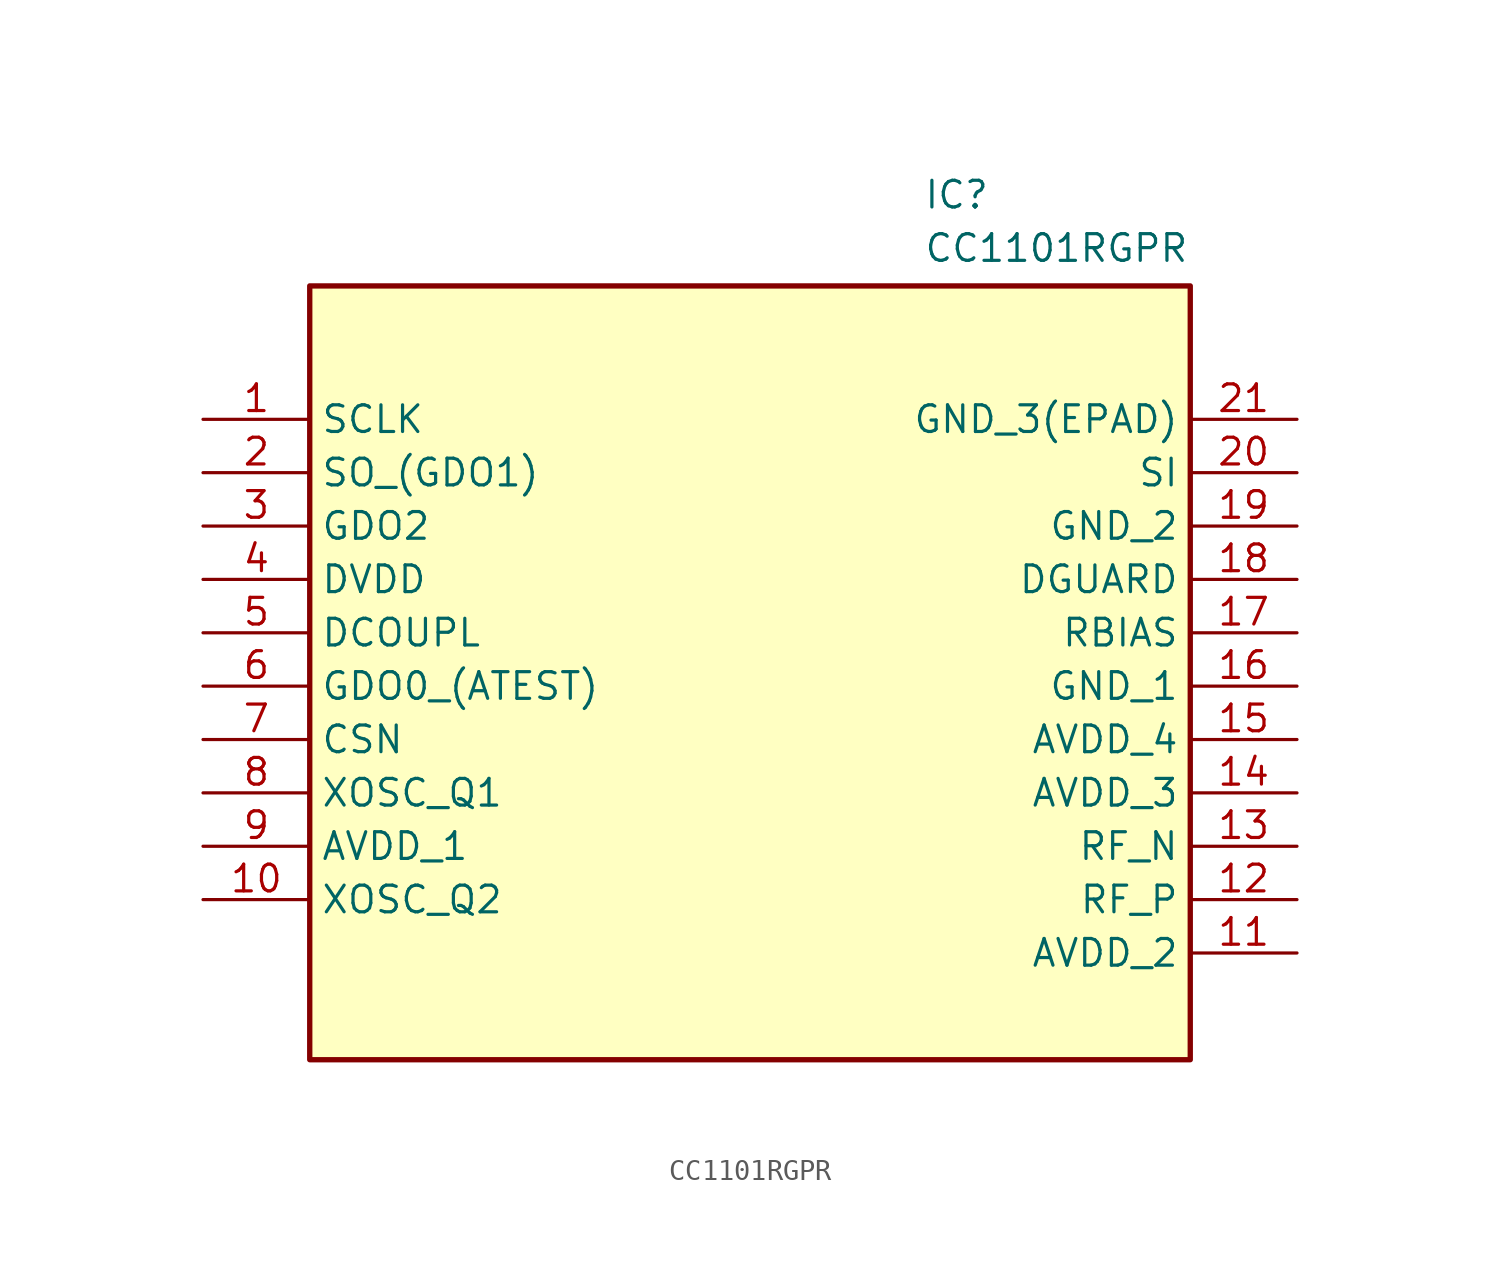
<source format=kicad_sym>
(kicad_symbol_lib
  (version 20231120)
  (generator "kicad_symbol_editor")
  (generator_version "8.0")
  (symbol "CC1101RGPR"
    (property "Reference" "IC"
      (at 34.29 17.78 0)
      (effects (font (size 1.27 1.27)) (justify left top)))
    (property "Value" "CC1101RGPR"
      (at 34.29 15.24 0)
      (effects (font (size 1.27 1.27)) (justify left top)))
    (symbol "CC1101RGPR_1_1"
      (rectangle (start 5.08 12.7) (end 46.99 -24.13) (stroke (width 0.254) (type default)) (fill (type background)))
      (pin passive line (at 0 6.35 0) (length 5.08) (name "SCLK" (effects (font (size 1.27 1.27)))) (number "1" (effects (font (size 1.27 1.27)))))
      (pin passive line (at 0 -16.51 0) (length 5.08) (name "XOSC_Q2" (effects (font (size 1.27 1.27)))) (number "10" (effects (font (size 1.27 1.27)))))
      (pin passive line (at 52.07 -19.05 180) (length 5.08) (name "AVDD_2" (effects (font (size 1.27 1.27)))) (number "11" (effects (font (size 1.27 1.27)))))
      (pin passive line (at 52.07 -16.51 180) (length 5.08) (name "RF_P" (effects (font (size 1.27 1.27)))) (number "12" (effects (font (size 1.27 1.27)))))
      (pin passive line (at 52.07 -13.97 180) (length 5.08) (name "RF_N" (effects (font (size 1.27 1.27)))) (number "13" (effects (font (size 1.27 1.27)))))
      (pin passive line (at 52.07 -11.43 180) (length 5.08) (name "AVDD_3" (effects (font (size 1.27 1.27)))) (number "14" (effects (font (size 1.27 1.27)))))
      (pin passive line (at 52.07 -8.89 180) (length 5.08) (name "AVDD_4" (effects (font (size 1.27 1.27)))) (number "15" (effects (font (size 1.27 1.27)))))
      (pin passive line (at 52.07 -6.35 180) (length 5.08) (name "GND_1" (effects (font (size 1.27 1.27)))) (number "16" (effects (font (size 1.27 1.27)))))
      (pin passive line (at 52.07 -3.81 180) (length 5.08) (name "RBIAS" (effects (font (size 1.27 1.27)))) (number "17" (effects (font (size 1.27 1.27)))))
      (pin passive line (at 52.07 -1.27 180) (length 5.08) (name "DGUARD" (effects (font (size 1.27 1.27)))) (number "18" (effects (font (size 1.27 1.27)))))
      (pin passive line (at 52.07 1.27 180) (length 5.08) (name "GND_2" (effects (font (size 1.27 1.27)))) (number "19" (effects (font (size 1.27 1.27)))))
      (pin passive line (at 0 3.81 0) (length 5.08) (name "SO_(GDO1)" (effects (font (size 1.27 1.27)))) (number "2" (effects (font (size 1.27 1.27)))))
      (pin passive line (at 52.07 3.81 180) (length 5.08) (name "SI" (effects (font (size 1.27 1.27)))) (number "20" (effects (font (size 1.27 1.27)))))
      (pin passive line (at 52.07 6.35 180) (length 5.08) (name "GND_3(EPAD)" (effects (font (size 1.27 1.27)))) (number "21" (effects (font (size 1.27 1.27)))))
      (pin passive line (at 0 1.27 0) (length 5.08) (name "GDO2" (effects (font (size 1.27 1.27)))) (number "3" (effects (font (size 1.27 1.27)))))
      (pin passive line (at 0 -1.27 0) (length 5.08) (name "DVDD" (effects (font (size 1.27 1.27)))) (number "4" (effects (font (size 1.27 1.27)))))
      (pin passive line (at 0 -3.81 0) (length 5.08) (name "DCOUPL" (effects (font (size 1.27 1.27)))) (number "5" (effects (font (size 1.27 1.27)))))
      (pin passive line (at 0 -6.35 0) (length 5.08) (name "GDO0_(ATEST)" (effects (font (size 1.27 1.27)))) (number "6" (effects (font (size 1.27 1.27)))))
      (pin passive line (at 0 -8.89 0) (length 5.08) (name "CSN" (effects (font (size 1.27 1.27)))) (number "7" (effects (font (size 1.27 1.27)))))
      (pin passive line (at 0 -11.43 0) (length 5.08) (name "XOSC_Q1" (effects (font (size 1.27 1.27)))) (number "8" (effects (font (size 1.27 1.27)))))
      (pin passive line (at 0 -13.97 0) (length 5.08) (name "AVDD_1" (effects (font (size 1.27 1.27)))) (number "9" (effects (font (size 1.27 1.27))))))))
</source>
